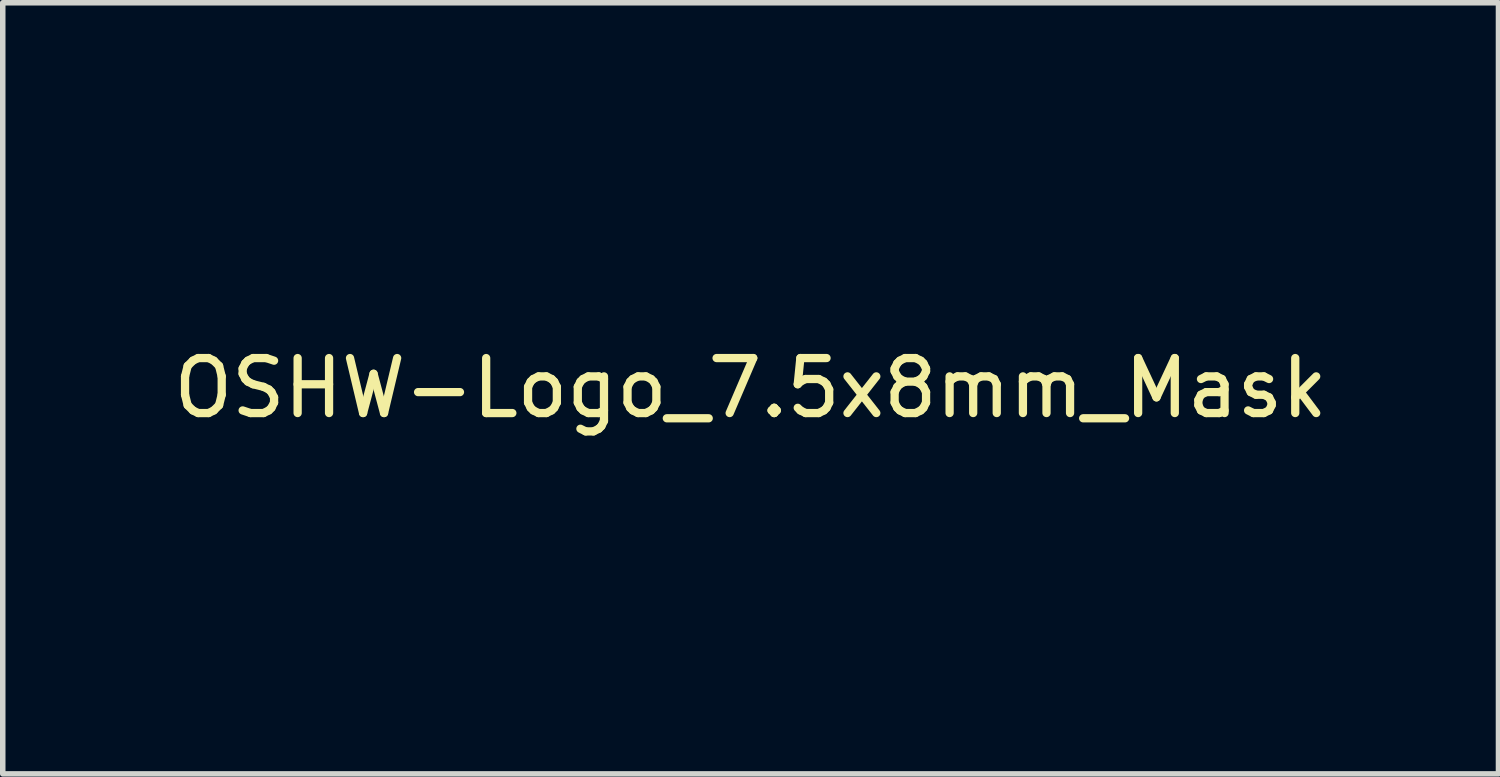
<source format=kicad_pcb>
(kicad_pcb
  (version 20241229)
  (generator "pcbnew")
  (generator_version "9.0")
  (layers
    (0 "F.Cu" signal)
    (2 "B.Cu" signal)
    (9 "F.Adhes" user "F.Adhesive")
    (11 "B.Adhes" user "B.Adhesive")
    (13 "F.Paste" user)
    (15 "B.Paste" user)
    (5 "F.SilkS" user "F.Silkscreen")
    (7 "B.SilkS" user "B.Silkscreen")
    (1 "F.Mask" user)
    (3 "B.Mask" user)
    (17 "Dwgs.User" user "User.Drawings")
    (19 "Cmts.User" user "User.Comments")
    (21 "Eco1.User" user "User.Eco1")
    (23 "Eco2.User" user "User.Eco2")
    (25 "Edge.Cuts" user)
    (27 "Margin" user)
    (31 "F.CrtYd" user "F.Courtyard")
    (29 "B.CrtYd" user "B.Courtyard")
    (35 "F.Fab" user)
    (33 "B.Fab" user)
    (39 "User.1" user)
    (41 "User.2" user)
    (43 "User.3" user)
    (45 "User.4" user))
  (footprint "OSHW-Logo_7.5x8mm_Mask"
    (layer "F.Cu")
    (at 10.601 4.007)
    (property "Reference" "OSHW-Logo_7.5x8mm_Mask" (at 0 0 180) (layer "F.SilkS") (effects (font (size 1 1) (thickness 0.15))))
    (attr board_only exclude_from_pos_files exclude_from_bom)
    (fp_poly (pts (xy 2.391 1.938) (xy 2.449 1.955) (xy 2.486 1.977) (xy 2.498 1.995) (xy 2.495 2.016) (xy 2.473 2.048) (xy 2.455 2.072) (xy 2.417 2.113) (xy 2.389 2.131) (xy 2.365 2.13) (xy 2.294 2.112) (xy 2.241 2.113) (xy 2.199 2.133) (xy 2.185 2.145) (xy 2.139 2.187) (xy 2.139 2.741) (xy 1.955 2.741) (xy 1.955 1.938) (xy 2.047 1.938) (xy 2.102 1.941) (xy 2.131 1.948) (xy 2.139 1.963) (xy 2.139 1.964) (xy 2.143 1.98) (xy 2.16 1.978) (xy 2.185 1.966) (xy 2.235 1.945) (xy 2.276 1.932) (xy 2.329 1.929) (xy 2.391 1.938)) (stroke (width 0.01) (type solid)) (fill yes) (layer "F.Mask"))
    (fp_poly (pts (xy 2.173 3.191) (xy 2.237 3.204) (xy 2.274 3.223) (xy 2.312 3.254) (xy 2.258 3.323) (xy 2.224 3.365) (xy 2.201 3.385) (xy 2.178 3.389) (xy 2.145 3.378) (xy 2.129 3.373) (xy 2.066 3.364) (xy 2.007 3.382) (xy 1.964 3.423) (xy 1.957 3.436) (xy 1.95 3.47) (xy 1.944 3.533) (xy 1.94 3.621) (xy 1.938 3.729) (xy 1.938 3.744) (xy 1.938 4.011) (xy 1.755 4.011) (xy 1.755 3.192) (xy 1.847 3.192) (xy 1.9 3.193) (xy 1.927 3.199) (xy 1.937 3.213) (xy 1.938 3.226) (xy 1.938 3.261) (xy 1.982 3.226) (xy 2.033 3.203) (xy 2.101 3.191) (xy 2.173 3.191)) (stroke (width 0.01) (type solid)) (fill yes) (layer "F.Mask"))
    (fp_poly (pts (xy -1.32 3.193) (xy -1.295 3.201) (xy -1.287 3.217) (xy -1.287 3.225) (xy -1.285 3.246) (xy -1.275 3.249) (xy -1.248 3.235) (xy -1.232 3.225) (xy -1.182 3.204) (xy -1.122 3.194) (xy -1.059 3.193) (xy -0.999 3.201) (xy -0.951 3.216) (xy -0.92 3.237) (xy -0.914 3.264) (xy -0.917 3.272) (xy -0.94 3.302) (xy -0.974 3.339) (xy -0.98 3.345) (xy -1.013 3.373) (xy -1.042 3.382) (xy -1.081 3.376) (xy -1.097 3.371) (xy -1.146 3.361) (xy -1.181 3.366) (xy -1.211 3.382) (xy -1.237 3.403) (xy -1.257 3.43) (xy -1.271 3.467) (xy -1.28 3.52) (xy -1.285 3.593) (xy -1.287 3.693) (xy -1.287 3.753) (xy -1.287 4.011) (xy -1.454 4.011) (xy -1.454 3.192) (xy -1.37 3.192) (xy -1.32 3.193)) (stroke (width 0.01) (type solid)) (fill yes) (layer "F.Mask"))
    (fp_poly (pts (xy 1.32 2.199) (xy 1.322 2.321) (xy 1.327 2.414) (xy 1.339 2.482) (xy 1.358 2.527) (xy 1.385 2.555) (xy 1.423 2.569) (xy 1.471 2.572) (xy 1.52 2.568) (xy 1.557 2.554) (xy 1.584 2.525) (xy 1.603 2.479) (xy 1.614 2.41) (xy 1.62 2.316) (xy 1.621 2.199) (xy 1.621 1.938) (xy 1.805 1.938) (xy 1.805 2.741) (xy 1.713 2.741) (xy 1.657 2.738) (xy 1.629 2.73) (xy 1.621 2.715) (xy 1.616 2.702) (xy 1.597 2.705) (xy 1.559 2.724) (xy 1.47 2.753) (xy 1.377 2.751) (xy 1.287 2.719) (xy 1.244 2.694) (xy 1.212 2.667) (xy 1.188 2.633) (xy 1.171 2.588) (xy 1.161 2.526) (xy 1.156 2.444) (xy 1.153 2.336) (xy 1.153 2.252) (xy 1.153 1.938) (xy 1.32 1.938) (xy 1.32 2.199)) (stroke (width 0.01) (type solid)) (fill yes) (layer "F.Mask"))
    (fp_poly (pts (xy -1.002 1.952) (xy -0.96 1.972) (xy -0.92 2.001) (xy -0.889 2.034) (xy -0.867 2.076) (xy -0.852 2.132) (xy -0.842 2.207) (xy -0.838 2.305) (xy -0.836 2.431) (xy -0.836 2.444) (xy -0.836 2.741) (xy -1.019 2.741) (xy -1.019 2.467) (xy -1.019 2.366) (xy -1.02 2.292) (xy -1.023 2.241) (xy -1.028 2.207) (xy -1.035 2.184) (xy -1.047 2.167) (xy -1.063 2.15) (xy -1.12 2.113) (xy -1.183 2.106) (xy -1.242 2.129) (xy -1.262 2.147) (xy -1.278 2.163) (xy -1.288 2.18) (xy -1.296 2.204) (xy -1.3 2.24) (xy -1.302 2.294) (xy -1.303 2.371) (xy -1.303 2.464) (xy -1.303 2.741) (xy -1.487 2.741) (xy -1.487 1.938) (xy -1.395 1.938) (xy -1.34 1.941) (xy -1.312 1.948) (xy -1.303 1.963) (xy -1.303 1.964) (xy -1.3 1.979) (xy -1.283 1.977) (xy -1.249 1.961) (xy -1.173 1.937) (xy -1.086 1.934) (xy -1.002 1.952)) (stroke (width 0.01) (type solid)) (fill yes) (layer "F.Mask"))
    (fp_poly (pts (xy 2.947 1.945) (xy 3.043 1.987) (xy 3.074 2.007) (xy 3.113 2.037) (xy 3.137 2.062) (xy 3.142 2.069) (xy 3.13 2.087) (xy 3.099 2.117) (xy 3.074 2.137) (xy 3.007 2.191) (xy 2.954 2.147) (xy 2.913 2.118) (xy 2.873 2.108) (xy 2.827 2.11) (xy 2.754 2.128) (xy 2.704 2.166) (xy 2.674 2.227) (xy 2.66 2.314) (xy 2.66 2.314) (xy 2.661 2.412) (xy 2.68 2.484) (xy 2.717 2.533) (xy 2.742 2.549) (xy 2.809 2.57) (xy 2.881 2.57) (xy 2.943 2.55) (xy 2.958 2.54) (xy 2.995 2.515) (xy 3.024 2.511) (xy 3.055 2.53) (xy 3.089 2.563) (xy 3.144 2.619) (xy 3.083 2.669) (xy 2.99 2.726) (xy 2.884 2.753) (xy 2.774 2.751) (xy 2.701 2.733) (xy 2.617 2.687) (xy 2.549 2.616) (xy 2.518 2.565) (xy 2.493 2.492) (xy 2.481 2.401) (xy 2.481 2.301) (xy 2.493 2.205) (xy 2.517 2.125) (xy 2.521 2.117) (xy 2.578 2.036) (xy 2.655 1.978) (xy 2.746 1.942) (xy 2.846 1.931) (xy 2.947 1.945)) (stroke (width 0.01) (type solid)) (fill yes) (layer "F.Mask"))
    (fp_poly (pts (xy 0.812 1.948) (xy 0.896 1.994) (xy 0.962 2.067) (xy 0.993 2.126) (xy 1.007 2.178) (xy 1.016 2.253) (xy 1.019 2.338) (xy 1.018 2.425) (xy 1.011 2.5) (xy 1.003 2.541) (xy 0.975 2.596) (xy 0.928 2.655) (xy 0.871 2.706) (xy 0.815 2.739) (xy 0.814 2.74) (xy 0.744 2.754) (xy 0.661 2.754) (xy 0.582 2.741) (xy 0.552 2.731) (xy 0.473 2.686) (xy 0.417 2.628) (xy 0.38 2.551) (xy 0.36 2.45) (xy 0.355 2.397) (xy 0.356 2.331) (xy 0.535 2.331) (xy 0.541 2.428) (xy 0.558 2.502) (xy 0.586 2.549) (xy 0.605 2.562) (xy 0.656 2.572) (xy 0.716 2.569) (xy 0.767 2.555) (xy 0.781 2.548) (xy 0.817 2.504) (xy 0.84 2.438) (xy 0.851 2.357) (xy 0.846 2.271) (xy 0.835 2.218) (xy 0.803 2.158) (xy 0.753 2.12) (xy 0.693 2.107) (xy 0.631 2.121) (xy 0.584 2.154) (xy 0.559 2.182) (xy 0.544 2.209) (xy 0.537 2.246) (xy 0.535 2.303) (xy 0.535 2.331) (xy 0.356 2.331) (xy 0.356 2.256) (xy 0.379 2.14) (xy 0.424 2.05) (xy 0.49 1.985) (xy 0.579 1.945) (xy 0.597 1.941) (xy 0.711 1.93) (xy 0.812 1.948)) (stroke (width 0.01) (type solid)) (fill yes) (layer "F.Mask"))
    (fp_poly (pts (xy 0.374 3.195) (xy 0.44 3.2) (xy 0.527 3.459) (xy 0.613 3.718) (xy 0.64 3.626) (xy 0.656 3.569) (xy 0.678 3.493) (xy 0.701 3.408) (xy 0.713 3.363) (xy 0.759 3.192) (xy 0.949 3.192) (xy 0.893 3.371) (xy 0.865 3.46) (xy 0.831 3.566) (xy 0.796 3.677) (xy 0.764 3.777) (xy 0.692 4.002) (xy 0.537 4.012) (xy 0.495 3.874) (xy 0.469 3.787) (xy 0.441 3.692) (xy 0.416 3.608) (xy 0.415 3.605) (xy 0.397 3.548) (xy 0.381 3.509) (xy 0.369 3.495) (xy 0.367 3.496) (xy 0.359 3.519) (xy 0.343 3.568) (xy 0.322 3.637) (xy 0.297 3.719) (xy 0.284 3.764) (xy 0.211 4.011) (xy 0.057 4.011) (xy -0.065 3.622) (xy -0.1 3.513) (xy -0.131 3.414) (xy -0.158 3.33) (xy -0.179 3.265) (xy -0.193 3.224) (xy -0.197 3.212) (xy -0.193 3.199) (xy -0.168 3.194) (xy -0.116 3.195) (xy -0.108 3.195) (xy -0.011 3.2) (xy 0.053 3.434) (xy 0.076 3.519) (xy 0.097 3.594) (xy 0.114 3.653) (xy 0.124 3.687) (xy 0.126 3.693) (xy 0.134 3.686) (xy 0.15 3.653) (xy 0.173 3.596) (xy 0.199 3.522) (xy 0.222 3.454) (xy 0.308 3.19) (xy 0.374 3.195)) (stroke (width 0.01) (type solid)) (fill yes) (layer "F.Mask"))
    (fp_poly (pts (xy -3.373 1.947) (xy -3.286 1.986) (xy -3.219 2.05) (xy -3.174 2.141) (xy -3.149 2.257) (xy -3.148 2.276) (xy -3.146 2.404) (xy -3.164 2.516) (xy -3.2 2.608) (xy -3.22 2.637) (xy -3.287 2.699) (xy -3.372 2.739) (xy -3.468 2.756) (xy -3.566 2.748) (xy -3.64 2.721) (xy -3.704 2.677) (xy -3.756 2.62) (xy -3.757 2.618) (xy -3.778 2.583) (xy -3.792 2.547) (xy -3.8 2.502) (xy -3.805 2.438) (xy -3.807 2.385) (xy -3.808 2.338) (xy -3.641 2.338) (xy -3.64 2.385) (xy -3.634 2.448) (xy -3.623 2.488) (xy -3.604 2.517) (xy -3.587 2.534) (xy -3.524 2.569) (xy -3.459 2.574) (xy -3.398 2.548) (xy -3.367 2.52) (xy -3.345 2.492) (xy -3.332 2.464) (xy -3.327 2.429) (xy -3.326 2.376) (xy -3.328 2.327) (xy -3.332 2.256) (xy -3.338 2.211) (xy -3.348 2.181) (xy -3.366 2.159) (xy -3.381 2.146) (xy -3.44 2.112) (xy -3.505 2.11) (xy -3.559 2.13) (xy -3.605 2.172) (xy -3.632 2.241) (xy -3.641 2.338) (xy -3.808 2.338) (xy -3.809 2.281) (xy -3.806 2.203) (xy -3.796 2.145) (xy -3.778 2.099) (xy -3.75 2.058) (xy -3.74 2.046) (xy -3.676 1.985) (xy -3.607 1.95) (xy -3.523 1.935) (xy -3.482 1.934) (xy -3.373 1.947)) (stroke (width 0.01) (type solid)) (fill yes) (layer "F.Mask"))
    (fp_poly (pts (xy -0.267 4.011) (xy -0.359 4.011) (xy -0.413 4.009) (xy -0.44 4.002) (xy -0.45 3.988) (xy -0.451 3.979) (xy -0.453 3.96) (xy -0.464 3.956) (xy -0.491 3.968) (xy -0.513 3.979) (xy -0.597 4.005) (xy -0.687 4.006) (xy -0.761 3.987) (xy -0.83 3.94) (xy -0.882 3.871) (xy -0.911 3.789) (xy -0.912 3.785) (xy -0.916 3.735) (xy -0.918 3.664) (xy -0.918 3.61) (xy -0.735 3.61) (xy -0.731 3.681) (xy -0.721 3.741) (xy -0.708 3.774) (xy -0.659 3.82) (xy -0.601 3.836) (xy -0.54 3.823) (xy -0.489 3.783) (xy -0.469 3.757) (xy -0.458 3.725) (xy -0.453 3.679) (xy -0.451 3.609) (xy -0.454 3.54) (xy -0.46 3.48) (xy -0.469 3.44) (xy -0.47 3.436) (xy -0.506 3.393) (xy -0.558 3.369) (xy -0.616 3.365) (xy -0.67 3.382) (xy -0.71 3.419) (xy -0.714 3.426) (xy -0.727 3.471) (xy -0.734 3.536) (xy -0.735 3.61) (xy -0.918 3.61) (xy -0.918 3.582) (xy -0.917 3.538) (xy -0.908 3.43) (xy -0.891 3.349) (xy -0.863 3.288) (xy -0.821 3.244) (xy -0.78 3.217) (xy -0.723 3.199) (xy -0.653 3.193) (xy -0.58 3.198) (xy -0.518 3.214) (xy -0.485 3.233) (xy -0.451 3.264) (xy -0.451 2.874) (xy -0.267 2.874) (xy -0.267 4.011)) (stroke (width 0.01) (type solid)) (fill yes) (layer "F.Mask"))
    (fp_poly (pts (xy 3.559 1.936) (xy 3.602 1.946) (xy 3.684 1.984) (xy 3.754 2.042) (xy 3.802 2.112) (xy 3.809 2.128) (xy 3.818 2.168) (xy 3.825 2.229) (xy 3.827 2.29) (xy 3.827 2.406) (xy 3.584 2.406) (xy 3.484 2.407) (xy 3.414 2.409) (xy 3.369 2.415) (xy 3.346 2.426) (xy 3.341 2.445) (xy 3.35 2.472) (xy 3.366 2.504) (xy 3.41 2.558) (xy 3.472 2.584) (xy 3.547 2.583) (xy 3.632 2.554) (xy 3.706 2.519) (xy 3.767 2.567) (xy 3.828 2.615) (xy 3.77 2.668) (xy 3.694 2.718) (xy 3.599 2.749) (xy 3.498 2.757) (xy 3.4 2.742) (xy 3.384 2.737) (xy 3.298 2.692) (xy 3.234 2.625) (xy 3.19 2.533) (xy 3.166 2.416) (xy 3.166 2.414) (xy 3.164 2.286) (xy 3.172 2.24) (xy 3.342 2.24) (xy 3.358 2.247) (xy 3.4 2.252) (xy 3.462 2.255) (xy 3.502 2.256) (xy 3.576 2.256) (xy 3.622 2.254) (xy 3.646 2.249) (xy 3.654 2.24) (xy 3.652 2.224) (xy 3.65 2.218) (xy 3.621 2.163) (xy 3.574 2.118) (xy 3.532 2.098) (xy 3.477 2.099) (xy 3.421 2.124) (xy 3.374 2.165) (xy 3.346 2.214) (xy 3.342 2.24) (xy 3.172 2.24) (xy 3.185 2.173) (xy 3.228 2.079) (xy 3.289 2.005) (xy 3.366 1.955) (xy 3.457 1.931) (xy 3.559 1.936)) (stroke (width 0.01) (type solid)) (fill yes) (layer "F.Mask"))
    (fp_poly (pts (xy 0.019 1.936) (xy 0.082 1.948) (xy 0.148 1.973) (xy 0.155 1.976) (xy 0.204 2.002) (xy 0.239 2.026) (xy 0.25 2.042) (xy 0.239 2.067) (xy 0.214 2.105) (xy 0.202 2.119) (xy 0.155 2.174) (xy 0.094 2.138) (xy 0.036 2.114) (xy -0.03 2.101) (xy -0.095 2.101) (xy -0.144 2.113) (xy -0.156 2.12) (xy -0.179 2.154) (xy -0.182 2.194) (xy -0.165 2.225) (xy -0.155 2.231) (xy -0.124 2.238) (xy -0.072 2.247) (xy -0.006 2.255) (xy 0.006 2.257) (xy 0.11 2.275) (xy 0.186 2.306) (xy 0.237 2.352) (xy 0.265 2.416) (xy 0.273 2.495) (xy 0.261 2.585) (xy 0.222 2.655) (xy 0.156 2.707) (xy 0.062 2.739) (xy -0.042 2.752) (xy -0.127 2.752) (xy -0.195 2.74) (xy -0.242 2.724) (xy -0.302 2.696) (xy -0.356 2.664) (xy -0.376 2.65) (xy -0.426 2.609) (xy -0.305 2.486) (xy -0.236 2.532) (xy -0.168 2.566) (xy -0.094 2.584) (xy -0.023 2.586) (xy 0.037 2.572) (xy 0.08 2.543) (xy 0.093 2.518) (xy 0.091 2.479) (xy 0.057 2.449) (xy -0.009 2.428) (xy -0.081 2.418) (xy -0.192 2.4) (xy -0.275 2.365) (xy -0.33 2.313) (xy -0.359 2.243) (xy -0.363 2.16) (xy -0.343 2.073) (xy -0.298 2.007) (xy -0.228 1.962) (xy -0.131 1.938) (xy -0.06 1.933) (xy 0.019 1.936)) (stroke (width 0.01) (type solid)) (fill yes) (layer "F.Mask"))
    (fp_poly (pts (xy 2.701 3.196) (xy 2.781 3.217) (xy 2.848 3.26) (xy 2.88 3.292) (xy 2.933 3.367) (xy 2.964 3.455) (xy 2.974 3.563) (xy 2.974 3.572) (xy 2.974 3.66) (xy 2.47 3.66) (xy 2.48 3.706) (xy 2.5 3.747) (xy 2.534 3.791) (xy 2.541 3.797) (xy 2.602 3.835) (xy 2.672 3.841) (xy 2.752 3.817) (xy 2.766 3.81) (xy 2.807 3.79) (xy 2.835 3.778) (xy 2.84 3.777) (xy 2.857 3.788) (xy 2.89 3.813) (xy 2.906 3.827) (xy 2.94 3.858) (xy 2.951 3.879) (xy 2.944 3.899) (xy 2.94 3.904) (xy 2.911 3.927) (xy 2.865 3.955) (xy 2.832 3.971) (xy 2.74 4) (xy 2.638 4.009) (xy 2.542 3.998) (xy 2.515 3.99) (xy 2.431 3.946) (xy 2.369 3.877) (xy 2.329 3.783) (xy 2.309 3.663) (xy 2.307 3.601) (xy 2.313 3.51) (xy 2.473 3.51) (xy 2.489 3.517) (xy 2.53 3.522) (xy 2.591 3.525) (xy 2.632 3.526) (xy 2.706 3.525) (xy 2.752 3.523) (xy 2.778 3.517) (xy 2.789 3.507) (xy 2.791 3.493) (xy 2.776 3.448) (xy 2.74 3.403) (xy 2.693 3.369) (xy 2.645 3.355) (xy 2.581 3.368) (xy 2.525 3.403) (xy 2.486 3.455) (xy 2.473 3.51) (xy 2.313 3.51) (xy 2.316 3.469) (xy 2.344 3.363) (xy 2.393 3.284) (xy 2.462 3.23) (xy 2.552 3.2) (xy 2.6 3.195) (xy 2.701 3.196)) (stroke (width 0.01) (type solid)) (fill yes) (layer "F.Mask"))
    (fp_poly (pts (xy -1.803 1.957) (xy -1.786 1.965) (xy -1.729 2.007) (xy -1.674 2.069) (xy -1.634 2.137) (xy -1.622 2.168) (xy -1.611 2.223) (xy -1.605 2.291) (xy -1.604 2.319) (xy -1.604 2.406) (xy -2.109 2.406) (xy -2.098 2.452) (xy -2.072 2.507) (xy -2.026 2.554) (xy -1.971 2.584) (xy -1.936 2.59) (xy -1.888 2.583) (xy -1.832 2.563) (xy -1.812 2.555) (xy -1.741 2.519) (xy -1.68 2.565) (xy -1.645 2.597) (xy -1.627 2.623) (xy -1.626 2.63) (xy -1.643 2.649) (xy -1.679 2.677) (xy -1.712 2.698) (xy -1.802 2.738) (xy -1.902 2.755) (xy -2.001 2.751) (xy -2.08 2.727) (xy -2.162 2.675) (xy -2.22 2.607) (xy -2.256 2.519) (xy -2.273 2.407) (xy -2.274 2.356) (xy -2.269 2.239) (xy -2.268 2.236) (xy -2.101 2.236) (xy -2.096 2.247) (xy -2.077 2.253) (xy -2.038 2.255) (xy -1.973 2.256) (xy -1.948 2.256) (xy -1.872 2.255) (xy -1.824 2.252) (xy -1.798 2.245) (xy -1.788 2.235) (xy -1.788 2.231) (xy -1.799 2.204) (xy -1.825 2.166) (xy -1.836 2.153) (xy -1.878 2.115) (xy -1.922 2.1) (xy -1.945 2.099) (xy -2.009 2.114) (xy -2.062 2.156) (xy -2.096 2.216) (xy -2.097 2.218) (xy -2.101 2.236) (xy -2.268 2.236) (xy -2.249 2.147) (xy -2.214 2.073) (xy -2.171 2.021) (xy -2.092 1.964) (xy -1.999 1.934) (xy -1.9 1.931) (xy -1.803 1.957)) (stroke (width 0.01) (type solid)) (fill yes) (layer "F.Mask"))
    (fp_poly (pts (xy 1.38 3.197) (xy 1.45 3.214) (xy 1.471 3.223) (xy 1.51 3.247) (xy 1.541 3.273) (xy 1.563 3.308) (xy 1.579 3.354) (xy 1.589 3.418) (xy 1.596 3.503) (xy 1.6 3.614) (xy 1.601 3.689) (xy 1.607 4.011) (xy 1.514 4.011) (xy 1.457 4.008) (xy 1.428 4) (xy 1.42 3.986) (xy 1.416 3.972) (xy 1.399 3.975) (xy 1.374 3.986) (xy 1.314 4.004) (xy 1.236 4.009) (xy 1.154 4.001) (xy 1.081 3.981) (xy 1.075 3.978) (xy 1.008 3.931) (xy 0.964 3.866) (xy 0.944 3.791) (xy 0.946 3.763) (xy 1.11 3.763) (xy 1.125 3.8) (xy 1.168 3.826) (xy 1.237 3.84) (xy 1.274 3.842) (xy 1.336 3.837) (xy 1.377 3.819) (xy 1.387 3.81) (xy 1.414 3.762) (xy 1.42 3.718) (xy 1.42 3.66) (xy 1.339 3.66) (xy 1.244 3.664) (xy 1.178 3.68) (xy 1.136 3.706) (xy 1.126 3.718) (xy 1.11 3.763) (xy 0.946 3.763) (xy 0.949 3.711) (xy 0.979 3.635) (xy 1.02 3.584) (xy 1.045 3.561) (xy 1.069 3.547) (xy 1.101 3.538) (xy 1.148 3.533) (xy 1.218 3.53) (xy 1.246 3.529) (xy 1.42 3.523) (xy 1.42 3.47) (xy 1.413 3.415) (xy 1.389 3.381) (xy 1.34 3.36) (xy 1.338 3.359) (xy 1.268 3.351) (xy 1.2 3.362) (xy 1.149 3.389) (xy 1.129 3.402) (xy 1.107 3.4) (xy 1.073 3.381) (xy 1.053 3.367) (xy 1.014 3.338) (xy 0.99 3.317) (xy 0.986 3.311) (xy 1.002 3.279) (xy 1.049 3.24) (xy 1.069 3.227) (xy 1.128 3.205) (xy 1.207 3.192) (xy 1.295 3.19) (xy 1.38 3.197)) (stroke (width 0.01) (type solid)) (fill yes) (layer "F.Mask"))
    (fp_poly (pts (xy -1.84 3.198) (xy -1.761 3.219) (xy -1.701 3.257) (xy -1.659 3.307) (xy -1.646 3.328) (xy -1.636 3.35) (xy -1.629 3.379) (xy -1.625 3.419) (xy -1.622 3.475) (xy -1.621 3.554) (xy -1.621 3.659) (xy -1.621 3.687) (xy -1.621 4.011) (xy -1.701 4.011) (xy -1.752 4.007) (xy -1.79 3.998) (xy -1.8 3.992) (xy -1.826 3.983) (xy -1.852 3.992) (xy -1.896 4.004) (xy -1.959 4.009) (xy -2.029 4.007) (xy -2.093 3.998) (xy -2.131 3.987) (xy -2.203 3.94) (xy -2.248 3.876) (xy -2.269 3.79) (xy -2.269 3.788) (xy -2.267 3.75) (xy -2.106 3.75) (xy -2.091 3.793) (xy -2.068 3.817) (xy -2.022 3.836) (xy -1.961 3.843) (xy -1.899 3.84) (xy -1.849 3.825) (xy -1.835 3.816) (xy -1.811 3.773) (xy -1.805 3.724) (xy -1.805 3.66) (xy -1.897 3.66) (xy -1.985 3.666) (xy -2.052 3.686) (xy -2.093 3.715) (xy -2.106 3.75) (xy -2.267 3.75) (xy -2.265 3.694) (xy -2.234 3.62) (xy -2.175 3.564) (xy -2.167 3.559) (xy -2.133 3.542) (xy -2.09 3.532) (xy -2.03 3.527) (xy -1.959 3.526) (xy -1.805 3.526) (xy -1.805 3.461) (xy -1.811 3.411) (xy -1.828 3.377) (xy -1.83 3.375) (xy -1.867 3.361) (xy -1.923 3.355) (xy -1.986 3.358) (xy -2.04 3.369) (xy -2.073 3.385) (xy -2.091 3.398) (xy -2.109 3.4) (xy -2.135 3.39) (xy -2.174 3.363) (xy -2.232 3.318) (xy -2.238 3.314) (xy -2.235 3.299) (xy -2.212 3.273) (xy -2.177 3.244) (xy -2.139 3.22) (xy -2.127 3.214) (xy -2.083 3.203) (xy -2.019 3.195) (xy -1.947 3.192) (xy -1.943 3.192) (xy -1.84 3.198)) (stroke (width 0.01) (type solid)) (fill yes) (layer "F.Mask"))
    (fp_poly (pts (xy -2.537 1.952) (xy -2.501 1.97) (xy -2.458 2) (xy -2.426 2.033) (xy -2.405 2.075) (xy -2.391 2.131) (xy -2.384 2.206) (xy -2.381 2.307) (xy -2.381 2.351) (xy -2.382 2.446) (xy -2.384 2.514) (xy -2.387 2.561) (xy -2.394 2.594) (xy -2.405 2.618) (xy -2.416 2.634) (xy -2.485 2.703) (xy -2.567 2.745) (xy -2.656 2.757) (xy -2.745 2.739) (xy -2.773 2.726) (xy -2.841 2.691) (xy -2.841 3.243) (xy -2.791 3.217) (xy -2.727 3.197) (xy -2.647 3.192) (xy -2.567 3.202) (xy -2.507 3.223) (xy -2.457 3.263) (xy -2.414 3.32) (xy -2.411 3.326) (xy -2.397 3.353) (xy -2.387 3.381) (xy -2.381 3.415) (xy -2.376 3.46) (xy -2.374 3.523) (xy -2.373 3.608) (xy -2.373 3.704) (xy -2.373 4.011) (xy -2.557 4.011) (xy -2.557 3.445) (xy -2.608 3.402) (xy -2.662 3.367) (xy -2.712 3.361) (xy -2.763 3.377) (xy -2.79 3.393) (xy -2.81 3.416) (xy -2.825 3.45) (xy -2.834 3.5) (xy -2.84 3.572) (xy -2.844 3.67) (xy -2.845 3.735) (xy -2.849 4.002) (xy -2.937 4.007) (xy -3.025 4.012) (xy -3.025 2.353) (xy -2.841 2.353) (xy -2.836 2.446) (xy -2.82 2.51) (xy -2.791 2.55) (xy -2.745 2.569) (xy -2.699 2.573) (xy -2.646 2.569) (xy -2.612 2.551) (xy -2.59 2.528) (xy -2.573 2.502) (xy -2.563 2.474) (xy -2.558 2.434) (xy -2.558 2.375) (xy -2.559 2.325) (xy -2.563 2.251) (xy -2.568 2.202) (xy -2.577 2.17) (xy -2.591 2.15) (xy -2.605 2.137) (xy -2.661 2.111) (xy -2.727 2.107) (xy -2.765 2.116) (xy -2.803 2.148) (xy -2.827 2.211) (xy -2.84 2.304) (xy -2.841 2.353) (xy -3.025 2.353) (xy -3.025 1.938) (xy -2.933 1.938) (xy -2.878 1.941) (xy -2.849 1.948) (xy -2.841 1.963) (xy -2.841 1.964) (xy -2.837 1.979) (xy -2.82 1.977) (xy -2.786 1.961) (xy -2.708 1.936) (xy -2.62 1.933) (xy -2.537 1.952)) (stroke (width 0.01) (type solid)) (fill yes) (layer "F.Mask"))
    (fp_poly (pts (xy 0.501 -3.601) (xy 0.577 -3.201) (xy 1.134 -2.971) (xy 1.468 -3.198) (xy 1.562 -3.262) (xy 1.647 -3.318) (xy 1.718 -3.365) (xy 1.773 -3.4) (xy 1.807 -3.421) (xy 1.817 -3.426) (xy 1.833 -3.414) (xy 1.869 -3.382) (xy 1.919 -3.335) (xy 1.981 -3.274) (xy 2.049 -3.206) (xy 2.121 -3.134) (xy 2.191 -3.062) (xy 2.257 -2.994) (xy 2.313 -2.934) (xy 2.357 -2.886) (xy 2.383 -2.854) (xy 2.39 -2.844) (xy 2.38 -2.824) (xy 2.355 -2.781) (xy 2.316 -2.72) (xy 2.265 -2.643) (xy 2.206 -2.556) (xy 2.172 -2.506) (xy 2.11 -2.415) (xy 2.055 -2.333) (xy 2.01 -2.264) (xy 1.976 -2.212) (xy 1.958 -2.181) (xy 1.955 -2.174) (xy 1.961 -2.156) (xy 1.978 -2.113) (xy 2.004 -2.051) (xy 2.035 -1.977) (xy 2.069 -1.897) (xy 2.103 -1.816) (xy 2.136 -1.741) (xy 2.163 -1.677) (xy 2.184 -1.632) (xy 2.195 -1.61) (xy 2.195 -1.609) (xy 2.212 -1.605) (xy 2.257 -1.596) (xy 2.326 -1.582) (xy 2.414 -1.565) (xy 2.515 -1.546) (xy 2.575 -1.535) (xy 2.683 -1.514) (xy 2.781 -1.495) (xy 2.864 -1.477) (xy 2.926 -1.463) (xy 2.963 -1.453) (xy 2.97 -1.449) (xy 2.978 -1.427) (xy 2.983 -1.378) (xy 2.988 -1.307) (xy 2.991 -1.219) (xy 2.993 -1.122) (xy 2.993 -1.02) (xy 2.992 -0.919) (xy 2.989 -0.825) (xy 2.985 -0.745) (xy 2.98 -0.683) (xy 2.974 -0.646) (xy 2.97 -0.638) (xy 2.946 -0.629) (xy 2.896 -0.615) (xy 2.827 -0.6) (xy 2.744 -0.583) (xy 2.715 -0.578) (xy 2.576 -0.552) (xy 2.465 -0.532) (xy 2.381 -0.515) (xy 2.319 -0.502) (xy 2.274 -0.492) (xy 2.245 -0.483) (xy 2.227 -0.475) (xy 2.216 -0.467) (xy 2.214 -0.465) (xy 2.199 -0.44) (xy 2.176 -0.391) (xy 2.148 -0.324) (xy 2.116 -0.246) (xy 2.083 -0.161) (xy 2.051 -0.077) (xy 2.023 0.001) (xy 2 0.067) (xy 1.986 0.114) (xy 1.982 0.138) (xy 1.983 0.139) (xy 1.995 0.158) (xy 2.024 0.2) (xy 2.065 0.262) (xy 2.117 0.337) (xy 2.175 0.422) (xy 2.192 0.446) (xy 2.251 0.534) (xy 2.303 0.614) (xy 2.346 0.682) (xy 2.375 0.733) (xy 2.389 0.762) (xy 2.39 0.766) (xy 2.378 0.785) (xy 2.346 0.823) (xy 2.298 0.875) (xy 2.237 0.938) (xy 2.169 1.007) (xy 2.096 1.079) (xy 2.024 1.149) (xy 1.956 1.214) (xy 1.896 1.269) (xy 1.849 1.31) (xy 1.818 1.333) (xy 1.809 1.337) (xy 1.79 1.328) (xy 1.749 1.304) (xy 1.695 1.268) (xy 1.653 1.24) (xy 1.577 1.187) (xy 1.487 1.126) (xy 1.397 1.064) (xy 1.348 1.031) (xy 1.184 0.92) (xy 1.046 0.995) (xy 0.983 1.028) (xy 0.93 1.053) (xy 0.893 1.067) (xy 0.884 1.069) (xy 0.873 1.055) (xy 0.851 1.013) (xy 0.82 0.947) (xy 0.782 0.863) (xy 0.738 0.762) (xy 0.689 0.65) (xy 0.638 0.531) (xy 0.586 0.407) (xy 0.534 0.283) (xy 0.485 0.164) (xy 0.439 0.052) (xy 0.4 -0.049) (xy 0.367 -0.134) (xy 0.343 -0.199) (xy 0.33 -0.241) (xy 0.327 -0.256) (xy 0.345 -0.274) (xy 0.382 -0.304) (xy 0.432 -0.34) (xy 0.437 -0.343) (xy 0.566 -0.446) (xy 0.671 -0.567) (xy 0.749 -0.702) (xy 0.801 -0.846) (xy 0.825 -0.996) (xy 0.82 -1.147) (xy 0.785 -1.297) (xy 0.72 -1.441) (xy 0.701 -1.472) (xy 0.601 -1.599) (xy 0.483 -1.701) (xy 0.352 -1.777) (xy 0.21 -1.827) (xy 0.062 -1.851) (xy -0.087 -1.848) (xy -0.234 -1.817) (xy -0.375 -1.758) (xy -0.505 -1.67) (xy -0.545 -1.634) (xy -0.648 -1.522) (xy -0.723 -1.405) (xy -0.774 -1.273) (xy -0.802 -1.142) (xy -0.809 -0.996) (xy -0.786 -0.848) (xy -0.734 -0.705) (xy -0.657 -0.571) (xy -0.556 -0.452) (xy -0.434 -0.351) (xy -0.418 -0.34) (xy -0.368 -0.306) (xy -0.329 -0.276) (xy -0.311 -0.256) (xy -0.31 -0.256) (xy -0.314 -0.235) (xy -0.33 -0.188) (xy -0.356 -0.118) (xy -0.39 -0.03) (xy -0.431 0.073) (xy -0.477 0.187) (xy -0.527 0.307) (xy -0.579 0.431) (xy -0.631 0.554) (xy -0.682 0.673) (xy -0.73 0.783) (xy -0.773 0.88) (xy -0.81 0.962) (xy -0.84 1.023) (xy -0.86 1.06) (xy -0.868 1.069) (xy -0.892 1.062) (xy -0.938 1.042) (xy -0.997 1.012) (xy -1.029 0.995) (xy -1.167 0.92) (xy -1.331 1.031) (xy -1.415 1.088) (xy -1.507 1.151) (xy -1.593 1.21) (xy -1.636 1.24) (xy -1.697 1.28) (xy -1.748 1.313) (xy -1.783 1.332) (xy -1.795 1.337) (xy -1.812 1.325) (xy -1.849 1.294) (xy -1.902 1.246) (xy -1.969 1.184) (xy -2.045 1.111) (xy -2.093 1.065) (xy -2.178 0.982) (xy -2.251 0.908) (xy -2.309 0.846) (xy -2.351 0.799) (xy -2.371 0.77) (xy -2.373 0.764) (xy -2.364 0.742) (xy -2.338 0.696) (xy -2.299 0.633) (xy -2.249 0.556) (xy -2.192 0.47) (xy -2.175 0.446) (xy -2.115 0.359) (xy -2.062 0.281) (xy -2.017 0.215) (xy -1.985 0.167) (xy -1.968 0.142) (xy -1.966 0.139) (xy -1.968 0.118) (xy -1.982 0.073) (xy -2.003 0.008) (xy -2.031 -0.069) (xy -2.062 -0.152) (xy -2.095 -0.237) (xy -2.128 -0.317) (xy -2.157 -0.385) (xy -2.181 -0.436) (xy -2.197 -0.464) (xy -2.198 -0.465) (xy -2.208 -0.473) (xy -2.224 -0.481) (xy -2.251 -0.49) (xy -2.292 -0.5) (xy -2.351 -0.512) (xy -2.431 -0.528) (xy -2.536 -0.548) (xy -2.669 -0.572) (xy -2.698 -0.578) (xy -2.784 -0.594) (xy -2.859 -0.61) (xy -2.916 -0.625) (xy -2.949 -0.635) (xy -2.953 -0.638) (xy -2.96 -0.66) (xy -2.966 -0.71) (xy -2.971 -0.782) (xy -2.974 -0.869) (xy -2.976 -0.967) (xy -2.976 -1.069) (xy -2.975 -1.169) (xy -2.973 -1.263) (xy -2.969 -1.343) (xy -2.964 -1.405) (xy -2.958 -1.442) (xy -2.954 -1.449) (xy -2.932 -1.457) (xy -2.882 -1.469) (xy -2.809 -1.485) (xy -2.718 -1.504) (xy -2.614 -1.525) (xy -2.558 -1.535) (xy -2.45 -1.555) (xy -2.355 -1.573) (xy -2.275 -1.589) (xy -2.217 -1.6) (xy -2.184 -1.608) (xy -2.179 -1.609) (xy -2.17 -1.627) (xy -2.15 -1.669) (xy -2.123 -1.73) (xy -2.091 -1.804) (xy -2.057 -1.885) (xy -2.023 -1.966) (xy -1.991 -2.041) (xy -1.965 -2.105) (xy -1.947 -2.151) (xy -1.939 -2.174) (xy -1.938 -2.175) (xy -1.948 -2.193) (xy -1.973 -2.234) (xy -2.012 -2.295) (xy -2.063 -2.37) (xy -2.122 -2.457) (xy -2.156 -2.507) (xy -2.218 -2.598) (xy -2.273 -2.681) (xy -2.319 -2.751) (xy -2.352 -2.804) (xy -2.37 -2.837) (xy -2.373 -2.844) (xy -2.362 -2.861) (xy -2.33 -2.897) (xy -2.283 -2.948) (xy -2.224 -3.011) (xy -2.157 -3.08) (xy -2.086 -3.153) (xy -2.014 -3.224) (xy -1.947 -3.291) (xy -1.888 -3.348) (xy -1.841 -3.392) (xy -1.81 -3.419) (xy -1.799 -3.426) (xy -1.782 -3.417) (xy -1.742 -3.391) (xy -1.682 -3.352) (xy -1.606 -3.302) (xy -1.518 -3.243) (xy -1.452 -3.198) (xy -1.117 -2.971) (xy -0.839 -3.086) (xy -0.56 -3.201) (xy -0.484 -3.601) (xy -0.409 -4.002) (xy 0.425 -4.002) (xy 0.501 -3.601)) (stroke (width 0.01) (type solid)) (fill yes) (layer "F.Mask")))
  (gr_rect
    (start -3 -3)
    (end 24.202 11.024)
    (stroke (width 0.1) (type default))
    (fill no)
    (layer "Edge.Cuts")))
</source>
